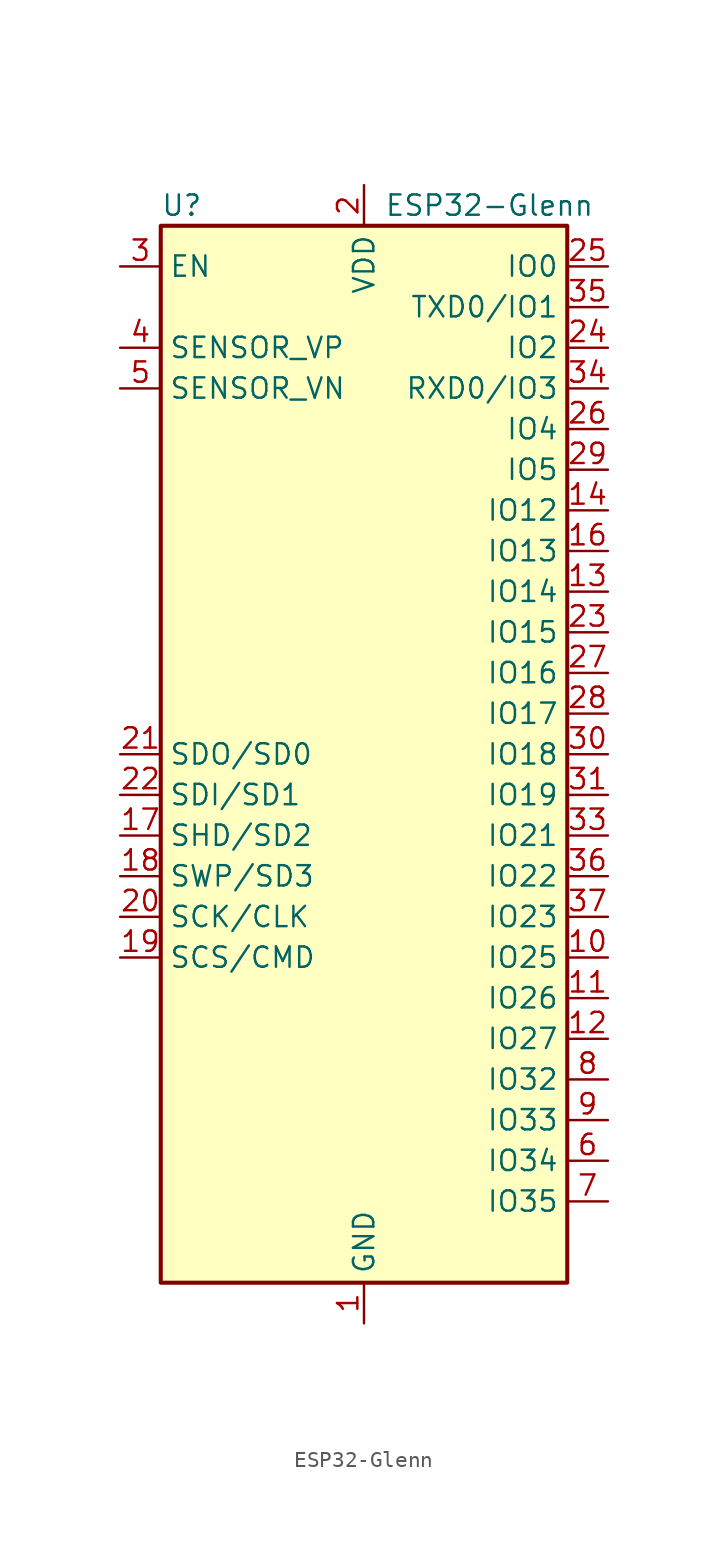
<source format=kicad_sym>
(kicad_symbol_lib
  (version 20231120)
  (generator "kicad_symbol_editor")
  (generator_version "8.0")
  (symbol "ESP32-Glenn"
    (property "Reference" "U"
      (at -12.7 34.29 0)
      (effects (font (size 1.27 1.27)) (justify left)))
    (property "Value" "ESP32-Glenn"
      (at 1.27 34.29 0)
      (effects (font (size 1.27 1.27)) (justify left)))
    (symbol "ESP32-Glenn_0_1"
      (rectangle (start -12.7 33.02) (end 12.7 -33.02) (stroke (width 0.254) (type default)) (fill (type background))))
    (symbol "ESP32-Glenn_1_1"
      (pin power_in line (at 0 -35.56 90) (length 2.54) (name "GND" (effects (font (size 1.27 1.27)))) (number "1" (effects (font (size 1.27 1.27)))))
      (pin bidirectional line (at 15.24 -12.7 180) (length 2.54) (name "IO25" (effects (font (size 1.27 1.27)))) (number "10" (effects (font (size 1.27 1.27)))))
      (pin bidirectional line (at 15.24 -15.24 180) (length 2.54) (name "IO26" (effects (font (size 1.27 1.27)))) (number "11" (effects (font (size 1.27 1.27)))))
      (pin bidirectional line (at 15.24 -17.78 180) (length 2.54) (name "IO27" (effects (font (size 1.27 1.27)))) (number "12" (effects (font (size 1.27 1.27)))))
      (pin bidirectional line (at 15.24 10.16 180) (length 2.54) (name "IO14" (effects (font (size 1.27 1.27)))) (number "13" (effects (font (size 1.27 1.27)))))
      (pin bidirectional line (at 15.24 15.24 180) (length 2.54) (name "IO12" (effects (font (size 1.27 1.27)))) (number "14" (effects (font (size 1.27 1.27)))))
      (pin passive line (at 0 -35.56 90) (length 2.54) hide (name "GND" (effects (font (size 1.27 1.27)))) (number "15" (effects (font (size 1.27 1.27)))))
      (pin bidirectional line (at 15.24 12.7 180) (length 2.54) (name "IO13" (effects (font (size 1.27 1.27)))) (number "16" (effects (font (size 1.27 1.27)))))
      (pin bidirectional line (at -15.24 -5.08 0) (length 2.54) (name "SHD/SD2" (effects (font (size 1.27 1.27)))) (number "17" (effects (font (size 1.27 1.27)))))
      (pin bidirectional line (at -15.24 -7.62 0) (length 2.54) (name "SWP/SD3" (effects (font (size 1.27 1.27)))) (number "18" (effects (font (size 1.27 1.27)))))
      (pin bidirectional line (at -15.24 -12.7 0) (length 2.54) (name "SCS/CMD" (effects (font (size 1.27 1.27)))) (number "19" (effects (font (size 1.27 1.27)))))
      (pin power_in line (at 0 35.56 270) (length 2.54) (name "VDD" (effects (font (size 1.27 1.27)))) (number "2" (effects (font (size 1.27 1.27)))))
      (pin bidirectional line (at -15.24 -10.16 0) (length 2.54) (name "SCK/CLK" (effects (font (size 1.27 1.27)))) (number "20" (effects (font (size 1.27 1.27)))))
      (pin bidirectional line (at -15.24 0 0) (length 2.54) (name "SDO/SD0" (effects (font (size 1.27 1.27)))) (number "21" (effects (font (size 1.27 1.27)))))
      (pin bidirectional line (at -15.24 -2.54 0) (length 2.54) (name "SDI/SD1" (effects (font (size 1.27 1.27)))) (number "22" (effects (font (size 1.27 1.27)))))
      (pin bidirectional line (at 15.24 7.62 180) (length 2.54) (name "IO15" (effects (font (size 1.27 1.27)))) (number "23" (effects (font (size 1.27 1.27)))))
      (pin bidirectional line (at 15.24 25.4 180) (length 2.54) (name "IO2" (effects (font (size 1.27 1.27)))) (number "24" (effects (font (size 1.27 1.27)))))
      (pin bidirectional line (at 15.24 30.48 180) (length 2.54) (name "IO0" (effects (font (size 1.27 1.27)))) (number "25" (effects (font (size 1.27 1.27)))))
      (pin bidirectional line (at 15.24 20.32 180) (length 2.54) (name "IO4" (effects (font (size 1.27 1.27)))) (number "26" (effects (font (size 1.27 1.27)))))
      (pin bidirectional line (at 15.24 5.08 180) (length 2.54) (name "IO16" (effects (font (size 1.27 1.27)))) (number "27" (effects (font (size 1.27 1.27)))))
      (pin bidirectional line (at 15.24 2.54 180) (length 2.54) (name "IO17" (effects (font (size 1.27 1.27)))) (number "28" (effects (font (size 1.27 1.27)))))
      (pin bidirectional line (at 15.24 17.78 180) (length 2.54) (name "IO5" (effects (font (size 1.27 1.27)))) (number "29" (effects (font (size 1.27 1.27)))))
      (pin input line (at -15.24 30.48 0) (length 2.54) (name "EN" (effects (font (size 1.27 1.27)))) (number "3" (effects (font (size 1.27 1.27)))))
      (pin bidirectional line (at 15.24 0 180) (length 2.54) (name "IO18" (effects (font (size 1.27 1.27)))) (number "30" (effects (font (size 1.27 1.27)))))
      (pin bidirectional line (at 15.24 -2.54 180) (length 2.54) (name "IO19" (effects (font (size 1.27 1.27)))) (number "31" (effects (font (size 1.27 1.27)))))
      (pin no_connect line (at -12.7 -27.94 0) (length 2.54) hide (name "NC" (effects (font (size 1.27 1.27)))) (number "32" (effects (font (size 1.27 1.27)))))
      (pin bidirectional line (at 15.24 -5.08 180) (length 2.54) (name "IO21" (effects (font (size 1.27 1.27)))) (number "33" (effects (font (size 1.27 1.27)))))
      (pin bidirectional line (at 15.24 22.86 180) (length 2.54) (name "RXD0/IO3" (effects (font (size 1.27 1.27)))) (number "34" (effects (font (size 1.27 1.27)))))
      (pin bidirectional line (at 15.24 27.94 180) (length 2.54) (name "TXD0/IO1" (effects (font (size 1.27 1.27)))) (number "35" (effects (font (size 1.27 1.27)))))
      (pin bidirectional line (at 15.24 -7.62 180) (length 2.54) (name "IO22" (effects (font (size 1.27 1.27)))) (number "36" (effects (font (size 1.27 1.27)))))
      (pin bidirectional line (at 15.24 -10.16 180) (length 2.54) (name "IO23" (effects (font (size 1.27 1.27)))) (number "37" (effects (font (size 1.27 1.27)))))
      (pin passive line (at 0 -35.56 90) (length 2.54) hide (name "GND" (effects (font (size 1.27 1.27)))) (number "38" (effects (font (size 1.27 1.27)))))
      (pin passive line (at 0 -35.56 90) (length 2.54) hide (name "GND" (effects (font (size 1.27 1.27)))) (number "39" (effects (font (size 1.27 1.27)))))
      (pin input line (at -15.24 25.4 0) (length 2.54) (name "SENSOR_VP" (effects (font (size 1.27 1.27)))) (number "4" (effects (font (size 1.27 1.27)))))
      (pin input line (at -15.24 22.86 0) (length 2.54) (name "SENSOR_VN" (effects (font (size 1.27 1.27)))) (number "5" (effects (font (size 1.27 1.27)))))
      (pin input line (at 15.24 -25.4 180) (length 2.54) (name "IO34" (effects (font (size 1.27 1.27)))) (number "6" (effects (font (size 1.27 1.27)))))
      (pin input line (at 15.24 -27.94 180) (length 2.54) (name "IO35" (effects (font (size 1.27 1.27)))) (number "7" (effects (font (size 1.27 1.27)))))
      (pin bidirectional line (at 15.24 -20.32 180) (length 2.54) (name "IO32" (effects (font (size 1.27 1.27)))) (number "8" (effects (font (size 1.27 1.27)))))
      (pin bidirectional line (at 15.24 -22.86 180) (length 2.54) (name "IO33" (effects (font (size 1.27 1.27)))) (number "9" (effects (font (size 1.27 1.27))))))))
</source>
